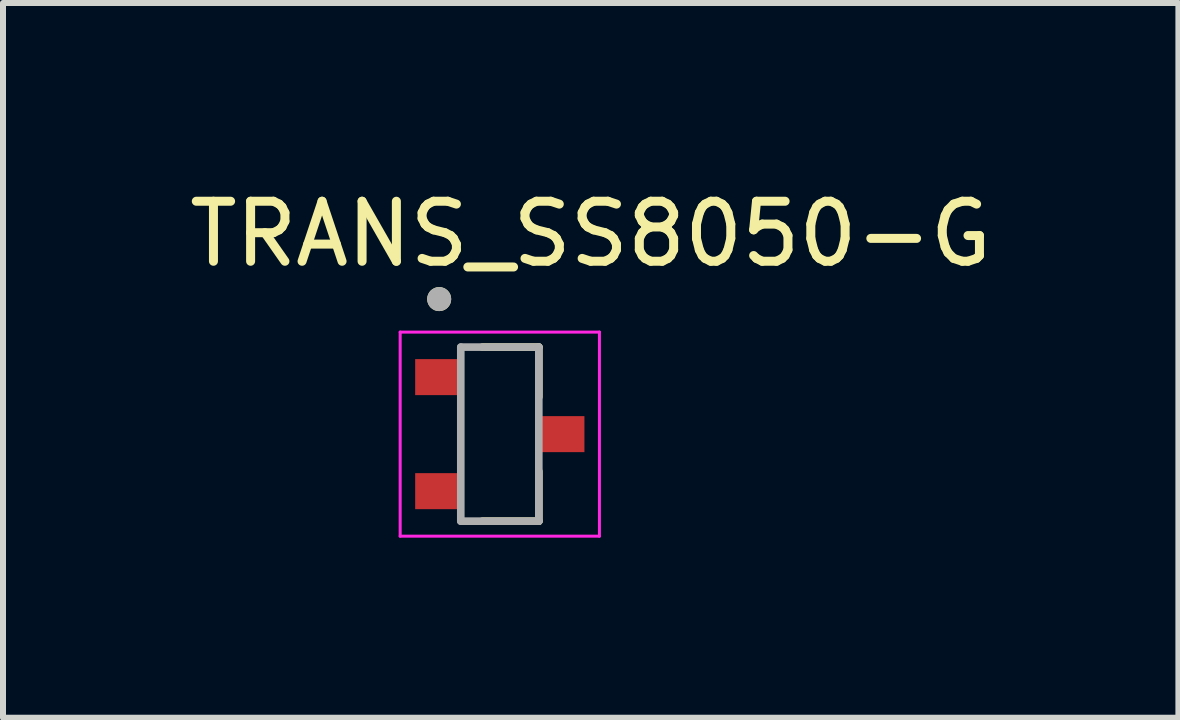
<source format=kicad_pcb>
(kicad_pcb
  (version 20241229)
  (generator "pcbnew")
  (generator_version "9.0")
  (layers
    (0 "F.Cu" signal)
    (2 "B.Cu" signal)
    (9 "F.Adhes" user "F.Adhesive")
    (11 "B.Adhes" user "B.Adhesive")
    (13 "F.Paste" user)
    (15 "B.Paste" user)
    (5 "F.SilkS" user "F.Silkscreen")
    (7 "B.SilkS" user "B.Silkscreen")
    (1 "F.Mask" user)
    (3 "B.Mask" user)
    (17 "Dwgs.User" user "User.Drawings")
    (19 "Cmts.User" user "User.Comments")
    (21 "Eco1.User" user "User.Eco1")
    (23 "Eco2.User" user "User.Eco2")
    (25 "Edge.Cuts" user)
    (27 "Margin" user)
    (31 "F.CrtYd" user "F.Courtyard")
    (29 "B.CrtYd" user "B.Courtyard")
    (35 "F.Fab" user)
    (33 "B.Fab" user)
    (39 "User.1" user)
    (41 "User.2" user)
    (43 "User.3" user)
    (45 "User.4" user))
  (footprint "TRANS_SS8050-G"
    (layer "F.Cu")
    (at 5.277 4.183)
    (property "Reference" "TRANS_SS8050-G" (at 1.515 -3.335 0) (layer "F.SilkS") (effects (font (size 1 1) (thickness 0.15))))
    (attr smd)
    (fp_line (start -0.29 -1.45) (end 0.65 -1.45) (stroke (width 0.127) (type solid)) (layer "F.SilkS"))
    (fp_line (start 0.65 -0.62) (end 0.65 -1.45) (stroke (width 0.127) (type solid)) (layer "F.SilkS"))
    (fp_line (start 0.65 1.45) (end -0.29 1.45) (stroke (width 0.127) (type solid)) (layer "F.SilkS"))
    (fp_line (start 0.65 1.45) (end 0.65 0.62) (stroke (width 0.127) (type solid)) (layer "F.SilkS"))
    (fp_circle (center -1.01 -2.25) (end -0.91 -2.25) (stroke (width 0.2) (type solid)) (fill no) (layer "F.SilkS"))
    (fp_line (start -1.66 -1.7) (end -1.66 1.7) (stroke (width 0.05) (type solid)) (layer "F.CrtYd"))
    (fp_line (start -1.66 1.7) (end 1.66 1.7) (stroke (width 0.05) (type solid)) (layer "F.CrtYd"))
    (fp_line (start 1.66 -1.7) (end -1.66 -1.7) (stroke (width 0.05) (type solid)) (layer "F.CrtYd"))
    (fp_line (start 1.66 1.7) (end 1.66 -1.7) (stroke (width 0.05) (type solid)) (layer "F.CrtYd"))
    (fp_line (start -0.65 -1.45) (end -0.65 1.45) (stroke (width 0.127) (type solid)) (layer "F.Fab"))
    (fp_line (start -0.65 -1.45) (end 0.65 -1.45) (stroke (width 0.127) (type solid)) (layer "F.Fab"))
    (fp_line (start 0.65 1.45) (end -0.65 1.45) (stroke (width 0.127) (type solid)) (layer "F.Fab"))
    (fp_line (start 0.65 1.45) (end 0.65 -1.45) (stroke (width 0.127) (type solid)) (layer "F.Fab"))
    (fp_circle (center -1.01 -2.25) (end -0.91 -2.25) (stroke (width 0.2) (type solid)) (fill no) (layer "F.Fab"))
    (pad "1" smd rect (at -1.01 -0.95) (size 0.8 0.6) (layers "F.Cu" "F.Mask" "F.Paste"))
    (pad "2" smd rect (at -1.01 0.95) (size 0.8 0.6) (layers "F.Cu" "F.Mask" "F.Paste"))
    (pad "3" smd rect (at 1.01 0) (size 0.8 0.6) (layers "F.Cu" "F.Mask" "F.Paste")))
  (gr_rect
    (start -3 -3)
    (end 16.583 8.908)
    (stroke (width 0.1) (type default))
    (fill no)
    (layer "Edge.Cuts")))
</source>
